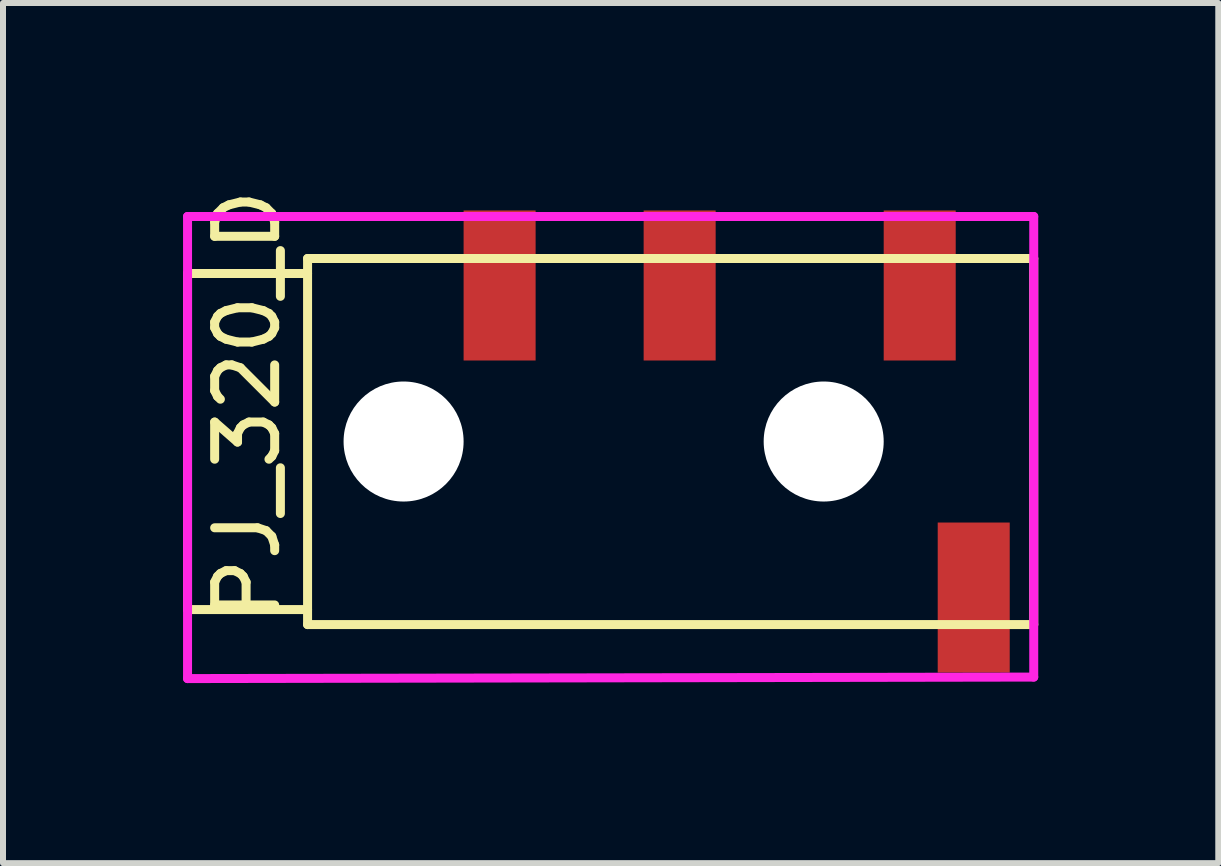
<source format=kicad_pcb>
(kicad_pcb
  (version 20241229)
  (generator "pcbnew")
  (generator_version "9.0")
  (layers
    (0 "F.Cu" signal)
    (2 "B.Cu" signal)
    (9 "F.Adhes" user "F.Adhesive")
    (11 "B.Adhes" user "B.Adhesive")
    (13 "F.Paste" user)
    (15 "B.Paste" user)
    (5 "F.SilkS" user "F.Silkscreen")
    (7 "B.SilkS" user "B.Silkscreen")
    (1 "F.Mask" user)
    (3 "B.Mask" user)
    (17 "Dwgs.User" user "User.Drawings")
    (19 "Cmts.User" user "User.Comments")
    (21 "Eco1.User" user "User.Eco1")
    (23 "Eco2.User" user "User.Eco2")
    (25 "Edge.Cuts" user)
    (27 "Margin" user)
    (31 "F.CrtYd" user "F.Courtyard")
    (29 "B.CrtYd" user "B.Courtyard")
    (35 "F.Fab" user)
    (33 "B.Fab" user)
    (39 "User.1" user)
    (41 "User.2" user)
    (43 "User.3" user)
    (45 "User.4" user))
  (footprint "PJ_320_D"
    (layer "F.Cu")
    (at 2.075 4.307)
    (property "Reference" "PJ_320_D" (at -1.003 -0.61 270) (layer "F.SilkS") (effects (font (size 1 1) (thickness 0.15))))
    (attr through_hole)
    (fp_line (start -2 2.8) (end -2 -2.8) (stroke (width 0.15) (type solid)) (layer "F.SilkS"))
    (fp_line (start 0 -3.05) (end 12.1 -3.05) (stroke (width 0.15) (type solid)) (layer "F.SilkS"))
    (fp_line (start 0 -2.8) (end -2 -2.8) (stroke (width 0.15) (type solid)) (layer "F.SilkS"))
    (fp_line (start 0 2.8) (end -2 2.8) (stroke (width 0.15) (type solid)) (layer "F.SilkS"))
    (fp_line (start 0 3.05) (end 0 -3.05) (stroke (width 0.15) (type solid)) (layer "F.SilkS"))
    (fp_line (start 12.1 3.05) (end 0 3.05) (stroke (width 0.15) (type solid)) (layer "F.SilkS"))
    (fp_line (start 12.1 3.05) (end 12.1 -3.05) (stroke (width 0.15) (type solid)) (layer "F.SilkS"))
    (fp_line (start -2 -3.75) (end 12.1 -3.75) (stroke (width 0.15) (type solid)) (layer "F.CrtYd"))
    (fp_line (start -2 3.95) (end -2 -3.75) (stroke (width 0.15) (type solid)) (layer "F.CrtYd"))
    (fp_line (start 12.1 -3.75) (end 12.1 3.925) (stroke (width 0.15) (type solid)) (layer "F.CrtYd"))
    (fp_line (start 12.1 3.925) (end -2 3.95) (stroke (width 0.15) (type solid)) (layer "F.CrtYd"))
    (pad "" np_thru_hole circle (at 1.6 0) (size 2 2) (drill 2) (layers "*.Cu" "*.Mask"))
    (pad "" np_thru_hole circle (at 8.6 0) (size 2 2) (drill 2) (layers "*.Cu" "*.Mask"))
    (pad "2" smd rect (at 3.2 -2.6) (size 1.2 2.5) (layers "F.Cu" "F.Mask" "F.Paste"))
    (pad "3" smd rect (at 6.2 -2.6) (size 1.2 2.5) (layers "F.Cu" "F.Mask" "F.Paste"))
    (pad "4" smd rect (at 10.2 -2.6) (size 1.2 2.5) (layers "F.Cu" "F.Mask" "F.Paste"))
    (pad "5" smd rect (at 11.1 2.6) (size 1.2 2.5) (layers "F.Cu" "F.Mask" "F.Paste")))
  (gr_rect
    (start -3 -3)
    (end 17.25 11.332)
    (stroke (width 0.1) (type default))
    (fill no)
    (layer "Edge.Cuts")))
</source>
